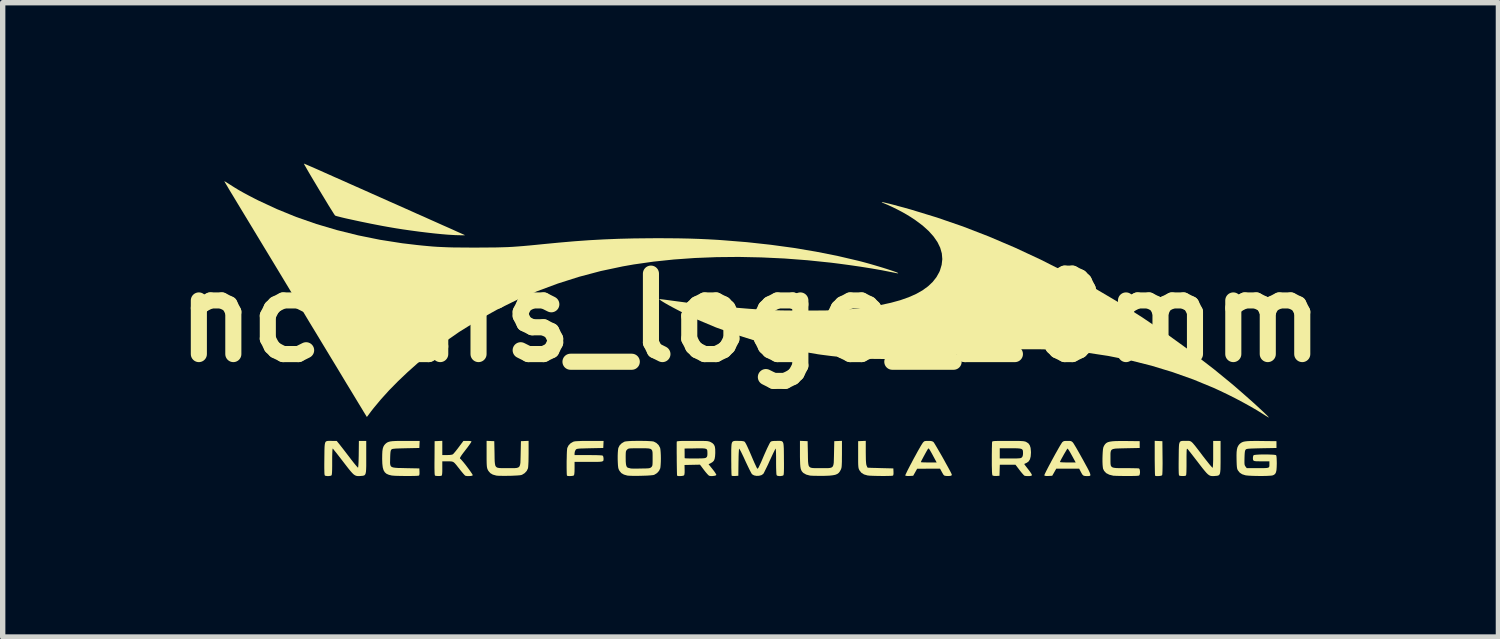
<source format=kicad_pcb>
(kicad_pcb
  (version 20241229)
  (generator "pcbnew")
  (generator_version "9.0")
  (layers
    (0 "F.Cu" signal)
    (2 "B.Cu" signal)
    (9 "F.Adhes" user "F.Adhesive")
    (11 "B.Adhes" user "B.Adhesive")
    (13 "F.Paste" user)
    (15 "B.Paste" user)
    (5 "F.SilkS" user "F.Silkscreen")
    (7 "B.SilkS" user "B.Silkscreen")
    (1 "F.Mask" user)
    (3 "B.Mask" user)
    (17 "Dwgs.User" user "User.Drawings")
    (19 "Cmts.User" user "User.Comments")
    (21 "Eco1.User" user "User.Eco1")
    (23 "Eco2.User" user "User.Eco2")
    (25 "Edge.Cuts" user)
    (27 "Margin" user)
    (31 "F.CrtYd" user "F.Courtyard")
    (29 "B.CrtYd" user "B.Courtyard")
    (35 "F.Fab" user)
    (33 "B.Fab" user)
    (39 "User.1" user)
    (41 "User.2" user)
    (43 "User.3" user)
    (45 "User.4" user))
  (footprint "nckufs_logo_20mm"
    (layer "F.Cu")
    (at 10.943 2.873)
    (property "Reference" "nckufs_logo_20mm" (at 0 0 0) (layer "F.SilkS") (effects (font (size 1.5 1.5) (thickness 0.3))))
    (attr board_only exclude_from_pos_files exclude_from_bom)
    (fp_poly (pts (xy 7.607 2.299) (xy 7.678 2.302) (xy 7.681 2.613) (xy 7.682 2.713) (xy 7.681 2.793) (xy 7.68 2.855) (xy 7.678 2.899) (xy 7.676 2.926) (xy 7.672 2.938) (xy 7.655 2.946) (xy 7.626 2.951) (xy 7.592 2.953) (xy 7.562 2.952) (xy 7.543 2.947) (xy 7.542 2.946) (xy 7.541 2.934) (xy 7.539 2.903) (xy 7.538 2.857) (xy 7.537 2.797) (xy 7.536 2.727) (xy 7.535 2.649) (xy 7.535 2.617) (xy 7.535 2.296)) (stroke (width 0) (type solid)) (fill yes) (layer "F.SilkS"))
    (fp_poly (pts (xy 2.148 2.508) (xy 2.149 2.588) (xy 2.15 2.65) (xy 2.153 2.696) (xy 2.156 2.728) (xy 2.161 2.751) (xy 2.164 2.757) (xy 2.174 2.782) (xy 2.182 2.795) (xy 2.182 2.796) (xy 2.193 2.797) (xy 2.222 2.798) (xy 2.267 2.8) (xy 2.323 2.801) (xy 2.388 2.803) (xy 2.424 2.804) (xy 2.662 2.81) (xy 2.665 2.872) (xy 2.665 2.915) (xy 2.659 2.939) (xy 2.654 2.944) (xy 2.639 2.947) (xy 2.606 2.949) (xy 2.56 2.95) (xy 2.505 2.951) (xy 2.443 2.951) (xy 2.38 2.95) (xy 2.319 2.949) (xy 2.263 2.947) (xy 2.217 2.945) (xy 2.185 2.941) (xy 2.181 2.941) (xy 2.115 2.922) (xy 2.066 2.891) (xy 2.03 2.845) (xy 2.029 2.843) (xy 2.022 2.828) (xy 2.016 2.813) (xy 2.012 2.794) (xy 2.009 2.769) (xy 2.007 2.735) (xy 2.006 2.688) (xy 2.006 2.626) (xy 2.006 2.551) (xy 2.006 2.302) (xy 2.077 2.299) (xy 2.148 2.296)) (stroke (width 0) (type solid)) (fill yes) (layer "F.SilkS"))
    (fp_poly (pts (xy -4.138 2.532) (xy -4.139 2.611) (xy -4.14 2.681) (xy -4.143 2.739) (xy -4.146 2.783) (xy -4.15 2.809) (xy -4.15 2.809) (xy -4.173 2.857) (xy -4.211 2.898) (xy -4.258 2.927) (xy -4.271 2.932) (xy -4.297 2.937) (xy -4.34 2.941) (xy -4.395 2.944) (xy -4.458 2.947) (xy -4.524 2.948) (xy -4.59 2.949) (xy -4.65 2.948) (xy -4.7 2.947) (xy -4.736 2.944) (xy -4.742 2.943) (xy -4.806 2.925) (xy -4.853 2.897) (xy -4.888 2.856) (xy -4.905 2.823) (xy -4.91 2.806) (xy -4.915 2.782) (xy -4.918 2.749) (xy -4.92 2.704) (xy -4.921 2.644) (xy -4.921 2.566) (xy -4.921 2.54) (xy -4.921 2.296) (xy -4.85 2.299) (xy -4.778 2.302) (xy -4.773 2.533) (xy -4.772 2.616) (xy -4.77 2.68) (xy -4.765 2.728) (xy -4.757 2.762) (xy -4.741 2.784) (xy -4.717 2.797) (xy -4.682 2.803) (xy -4.633 2.805) (xy -4.57 2.805) (xy -4.53 2.805) (xy -4.457 2.805) (xy -4.401 2.805) (xy -4.359 2.801) (xy -4.33 2.792) (xy -4.31 2.775) (xy -4.298 2.747) (xy -4.291 2.707) (xy -4.289 2.652) (xy -4.287 2.579) (xy -4.286 2.533) (xy -4.281 2.302) (xy -4.21 2.299) (xy -4.138 2.296)) (stroke (width 0) (type solid)) (fill yes) (layer "F.SilkS"))
    (fp_poly (pts (xy 1.704 2.542) (xy 1.703 2.623) (xy 1.703 2.685) (xy 1.701 2.732) (xy 1.699 2.767) (xy 1.696 2.793) (xy 1.691 2.812) (xy 1.685 2.828) (xy 1.684 2.831) (xy 1.665 2.866) (xy 1.644 2.893) (xy 1.616 2.914) (xy 1.579 2.929) (xy 1.532 2.938) (xy 1.469 2.945) (xy 1.39 2.948) (xy 1.349 2.949) (xy 1.284 2.949) (xy 1.221 2.948) (xy 1.167 2.947) (xy 1.126 2.945) (xy 1.106 2.943) (xy 1.038 2.925) (xy 0.986 2.896) (xy 0.97 2.88) (xy 0.955 2.862) (xy 0.944 2.84) (xy 0.935 2.814) (xy 0.929 2.778) (xy 0.925 2.732) (xy 0.923 2.672) (xy 0.921 2.595) (xy 0.921 2.537) (xy 0.921 2.296) (xy 0.992 2.299) (xy 1.064 2.302) (xy 1.069 2.533) (xy 1.07 2.616) (xy 1.072 2.68) (xy 1.077 2.728) (xy 1.085 2.762) (xy 1.101 2.784) (xy 1.125 2.797) (xy 1.16 2.803) (xy 1.209 2.805) (xy 1.272 2.805) (xy 1.312 2.805) (xy 1.385 2.805) (xy 1.441 2.805) (xy 1.483 2.801) (xy 1.512 2.792) (xy 1.532 2.775) (xy 1.544 2.747) (xy 1.551 2.707) (xy 1.553 2.652) (xy 1.555 2.579) (xy 1.556 2.533) (xy 1.561 2.302) (xy 1.632 2.299) (xy 1.704 2.296)) (stroke (width 0) (type solid)) (fill yes) (layer "F.SilkS"))
    (fp_poly (pts (xy -6.172 2.363) (xy -6.175 2.429) (xy -6.426 2.434) (xy -6.507 2.436) (xy -6.569 2.438) (xy -6.615 2.44) (xy -6.648 2.443) (xy -6.67 2.446) (xy -6.684 2.45) (xy -6.694 2.456) (xy -6.696 2.458) (xy -6.704 2.47) (xy -6.71 2.487) (xy -6.714 2.515) (xy -6.717 2.556) (xy -6.719 2.612) (xy -6.72 2.667) (xy -6.721 2.71) (xy -6.717 2.742) (xy -6.708 2.766) (xy -6.691 2.782) (xy -6.663 2.792) (xy -6.623 2.798) (xy -6.568 2.802) (xy -6.496 2.803) (xy -6.428 2.805) (xy -6.175 2.81) (xy -6.172 2.872) (xy -6.172 2.915) (xy -6.178 2.939) (xy -6.183 2.944) (xy -6.198 2.946) (xy -6.23 2.949) (xy -6.276 2.95) (xy -6.332 2.951) (xy -6.394 2.951) (xy -6.459 2.951) (xy -6.523 2.95) (xy -6.582 2.949) (xy -6.633 2.947) (xy -6.671 2.944) (xy -6.69 2.942) (xy -6.744 2.929) (xy -6.787 2.91) (xy -6.819 2.882) (xy -6.842 2.843) (xy -6.857 2.791) (xy -6.865 2.723) (xy -6.868 2.636) (xy -6.868 2.626) (xy -6.867 2.548) (xy -6.864 2.488) (xy -6.857 2.442) (xy -6.846 2.407) (xy -6.83 2.378) (xy -6.81 2.355) (xy -6.791 2.338) (xy -6.771 2.325) (xy -6.747 2.315) (xy -6.716 2.307) (xy -6.676 2.302) (xy -6.624 2.299) (xy -6.556 2.297) (xy -6.472 2.297) (xy -6.43 2.297) (xy -6.169 2.297)) (stroke (width 0) (type solid)) (fill yes) (layer "F.SilkS"))
    (fp_poly (pts (xy -2.743 2.363) (xy -2.746 2.429) (xy -2.993 2.434) (xy -3.072 2.436) (xy -3.132 2.438) (xy -3.176 2.439) (xy -3.208 2.442) (xy -3.229 2.445) (xy -3.243 2.449) (xy -3.252 2.455) (xy -3.259 2.462) (xy -3.261 2.464) (xy -3.275 2.493) (xy -3.281 2.525) (xy -3.281 2.561) (xy -3.024 2.561) (xy -2.935 2.562) (xy -2.865 2.563) (xy -2.814 2.565) (xy -2.779 2.567) (xy -2.759 2.571) (xy -2.754 2.574) (xy -2.745 2.593) (xy -2.741 2.621) (xy -2.741 2.621) (xy -2.741 2.641) (xy -2.742 2.657) (xy -2.747 2.669) (xy -2.759 2.677) (xy -2.779 2.683) (xy -2.809 2.686) (xy -2.854 2.688) (xy -2.914 2.688) (xy -2.992 2.688) (xy -3.017 2.688) (xy -3.281 2.688) (xy -3.281 2.808) (xy -3.282 2.871) (xy -3.286 2.915) (xy -3.292 2.938) (xy -3.294 2.94) (xy -3.31 2.947) (xy -3.339 2.951) (xy -3.373 2.953) (xy -3.403 2.951) (xy -3.421 2.946) (xy -3.422 2.946) (xy -3.425 2.932) (xy -3.427 2.902) (xy -3.428 2.857) (xy -3.429 2.802) (xy -3.429 2.741) (xy -3.429 2.676) (xy -3.427 2.612) (xy -3.426 2.552) (xy -3.424 2.499) (xy -3.421 2.459) (xy -3.418 2.433) (xy -3.417 2.429) (xy -3.394 2.382) (xy -3.356 2.342) (xy -3.308 2.314) (xy -3.294 2.309) (xy -3.266 2.304) (xy -3.216 2.301) (xy -3.146 2.298) (xy -3.057 2.297) (xy -2.996 2.297) (xy -2.74 2.297)) (stroke (width 0) (type solid)) (fill yes) (layer "F.SilkS"))
    (fp_poly (pts (xy 6.988 2.299) (xy 6.996 2.299) (xy 7.255 2.302) (xy 7.255 2.365) (xy 7.255 2.429) (xy 7.003 2.434) (xy 6.916 2.436) (xy 6.849 2.438) (xy 6.798 2.441) (xy 6.761 2.448) (xy 6.736 2.459) (xy 6.721 2.477) (xy 6.713 2.503) (xy 6.71 2.537) (xy 6.71 2.582) (xy 6.71 2.624) (xy 6.71 2.678) (xy 6.711 2.72) (xy 6.715 2.752) (xy 6.726 2.774) (xy 6.745 2.789) (xy 6.774 2.798) (xy 6.817 2.803) (xy 6.875 2.805) (xy 6.95 2.805) (xy 6.993 2.805) (xy 7.062 2.805) (xy 7.124 2.806) (xy 7.177 2.807) (xy 7.216 2.808) (xy 7.239 2.81) (xy 7.243 2.811) (xy 7.253 2.825) (xy 7.259 2.852) (xy 7.261 2.885) (xy 7.257 2.916) (xy 7.25 2.937) (xy 7.247 2.94) (xy 7.236 2.945) (xy 7.21 2.948) (xy 7.168 2.95) (xy 7.109 2.951) (xy 7.03 2.951) (xy 7.012 2.951) (xy 6.944 2.951) (xy 6.882 2.95) (xy 6.829 2.949) (xy 6.789 2.947) (xy 6.766 2.946) (xy 6.763 2.946) (xy 6.688 2.927) (xy 6.631 2.898) (xy 6.592 2.857) (xy 6.572 2.815) (xy 6.567 2.784) (xy 6.563 2.738) (xy 6.561 2.682) (xy 6.561 2.621) (xy 6.563 2.559) (xy 6.566 2.503) (xy 6.57 2.455) (xy 6.576 2.423) (xy 6.578 2.415) (xy 6.593 2.383) (xy 6.611 2.357) (xy 6.632 2.337) (xy 6.661 2.321) (xy 6.699 2.311) (xy 6.748 2.304) (xy 6.811 2.3) (xy 6.89 2.299)) (stroke (width 0) (type solid)) (fill yes) (layer "F.SilkS"))
    (fp_poly (pts (xy 5.948 2.297) (xy 5.974 2.301) (xy 5.991 2.31) (xy 6.008 2.325) (xy 6.01 2.327) (xy 6.022 2.344) (xy 6.042 2.377) (xy 6.07 2.423) (xy 6.103 2.481) (xy 6.14 2.546) (xy 6.18 2.618) (xy 6.196 2.646) (xy 6.241 2.729) (xy 6.278 2.796) (xy 6.305 2.848) (xy 6.323 2.887) (xy 6.333 2.915) (xy 6.336 2.933) (xy 6.332 2.945) (xy 6.32 2.95) (xy 6.303 2.952) (xy 6.279 2.953) (xy 6.274 2.953) (xy 6.234 2.951) (xy 6.207 2.944) (xy 6.187 2.926) (xy 6.168 2.894) (xy 6.159 2.877) (xy 6.127 2.815) (xy 5.913 2.815) (xy 5.699 2.815) (xy 5.662 2.881) (xy 5.624 2.947) (xy 5.553 2.951) (xy 5.511 2.951) (xy 5.486 2.947) (xy 5.477 2.94) (xy 5.48 2.927) (xy 5.493 2.899) (xy 5.513 2.858) (xy 5.539 2.807) (xy 5.57 2.748) (xy 5.601 2.691) (xy 5.768 2.691) (xy 5.778 2.694) (xy 5.805 2.696) (xy 5.846 2.698) (xy 5.897 2.699) (xy 5.915 2.699) (xy 6.062 2.699) (xy 5.991 2.569) (xy 5.965 2.522) (xy 5.942 2.483) (xy 5.923 2.455) (xy 5.912 2.441) (xy 5.91 2.44) (xy 5.902 2.449) (xy 5.887 2.473) (xy 5.867 2.507) (xy 5.843 2.547) (xy 5.82 2.589) (xy 5.798 2.628) (xy 5.781 2.661) (xy 5.77 2.684) (xy 5.768 2.691) (xy 5.601 2.691) (xy 5.604 2.684) (xy 5.64 2.618) (xy 5.676 2.552) (xy 5.711 2.49) (xy 5.743 2.433) (xy 5.771 2.385) (xy 5.793 2.349) (xy 5.808 2.326) (xy 5.812 2.321) (xy 5.828 2.308) (xy 5.847 2.3) (xy 5.876 2.297) (xy 5.908 2.297)) (stroke (width 0) (type solid)) (fill yes) (layer "F.SilkS"))
    (fp_poly (pts (xy -8.317 -2.869) (xy -8.29 -2.858) (xy -8.246 -2.839) (xy -8.188 -2.814) (xy -8.117 -2.783) (xy -8.035 -2.747) (xy -7.944 -2.706) (xy -7.845 -2.662) (xy -7.74 -2.615) (xy -7.721 -2.607) (xy -7.615 -2.56) (xy -7.492 -2.505) (xy -7.357 -2.445) (xy -7.21 -2.38) (xy -7.056 -2.311) (xy -6.896 -2.24) (xy -6.735 -2.168) (xy -6.574 -2.097) (xy -6.417 -2.027) (xy -6.267 -1.96) (xy -6.223 -1.94) (xy -6.093 -1.883) (xy -5.969 -1.827) (xy -5.852 -1.775) (xy -5.743 -1.726) (xy -5.643 -1.682) (xy -5.555 -1.643) (xy -5.479 -1.608) (xy -5.416 -1.58) (xy -5.369 -1.559) (xy -5.338 -1.545) (xy -5.325 -1.539) (xy -5.324 -1.539) (xy -5.332 -1.537) (xy -5.358 -1.536) (xy -5.398 -1.537) (xy -5.45 -1.538) (xy -5.511 -1.54) (xy -5.546 -1.542) (xy -5.647 -1.548) (xy -5.764 -1.558) (xy -5.896 -1.571) (xy -6.036 -1.587) (xy -6.183 -1.605) (xy -6.331 -1.625) (xy -6.478 -1.646) (xy -6.619 -1.668) (xy -6.683 -1.679) (xy -6.77 -1.694) (xy -6.864 -1.711) (xy -6.963 -1.73) (xy -7.066 -1.75) (xy -7.169 -1.771) (xy -7.271 -1.792) (xy -7.369 -1.813) (xy -7.46 -1.833) (xy -7.543 -1.851) (xy -7.615 -1.868) (xy -7.674 -1.883) (xy -7.717 -1.894) (xy -7.742 -1.903) (xy -7.745 -1.904) (xy -7.753 -1.914) (xy -7.771 -1.941) (xy -7.796 -1.981) (xy -7.829 -2.033) (xy -7.867 -2.094) (xy -7.909 -2.164) (xy -7.955 -2.24) (xy -8.003 -2.319) (xy -8.052 -2.4) (xy -8.1 -2.481) (xy -8.147 -2.559) (xy -8.191 -2.633) (xy -8.231 -2.701) (xy -8.265 -2.76) (xy -8.293 -2.809) (xy -8.314 -2.845) (xy -8.325 -2.867) (xy -8.327 -2.873)) (stroke (width 0) (type solid)) (fill yes) (layer "F.SilkS"))
    (fp_poly (pts (xy -5.747 2.428) (xy -5.747 2.561) (xy -5.659 2.561) (xy -5.603 2.559) (xy -5.565 2.553) (xy -5.549 2.546) (xy -5.535 2.532) (xy -5.511 2.504) (xy -5.481 2.467) (xy -5.448 2.424) (xy -5.44 2.413) (xy -5.353 2.297) (xy -5.281 2.297) (xy -5.244 2.298) (xy -5.216 2.301) (xy -5.203 2.306) (xy -5.203 2.306) (xy -5.207 2.317) (xy -5.222 2.341) (xy -5.247 2.377) (xy -5.279 2.421) (xy -5.314 2.466) (xy -5.357 2.522) (xy -5.388 2.564) (xy -5.407 2.594) (xy -5.417 2.613) (xy -5.418 2.623) (xy -5.416 2.626) (xy -5.401 2.639) (xy -5.378 2.665) (xy -5.348 2.7) (xy -5.315 2.741) (xy -5.281 2.786) (xy -5.248 2.83) (xy -5.219 2.871) (xy -5.196 2.905) (xy -5.182 2.928) (xy -5.179 2.937) (xy -5.192 2.946) (xy -5.219 2.951) (xy -5.254 2.953) (xy -5.288 2.952) (xy -5.316 2.947) (xy -5.318 2.946) (xy -5.33 2.936) (xy -5.352 2.912) (xy -5.381 2.878) (xy -5.414 2.837) (xy -5.42 2.829) (xy -5.462 2.776) (xy -5.493 2.737) (xy -5.518 2.709) (xy -5.539 2.692) (xy -5.561 2.683) (xy -5.585 2.679) (xy -5.617 2.678) (xy -5.648 2.678) (xy -5.747 2.678) (xy -5.747 2.809) (xy -5.747 2.865) (xy -5.749 2.903) (xy -5.752 2.927) (xy -5.756 2.941) (xy -5.763 2.946) (xy -5.788 2.951) (xy -5.822 2.952) (xy -5.855 2.95) (xy -5.879 2.946) (xy -5.882 2.944) (xy -5.886 2.937) (xy -5.889 2.92) (xy -5.891 2.891) (xy -5.892 2.849) (xy -5.893 2.791) (xy -5.893 2.716) (xy -5.892 2.621) (xy -5.892 2.619) (xy -5.89 2.302) (xy -5.818 2.299) (xy -5.747 2.296)) (stroke (width 0) (type solid)) (fill yes) (layer "F.SilkS"))
    (fp_poly (pts (xy 3.355 2.298) (xy 3.382 2.303) (xy 3.402 2.312) (xy 3.412 2.32) (xy 3.422 2.334) (xy 3.44 2.363) (xy 3.465 2.405) (xy 3.496 2.458) (xy 3.531 2.518) (xy 3.568 2.582) (xy 3.605 2.648) (xy 3.641 2.714) (xy 3.675 2.775) (xy 3.705 2.83) (xy 3.729 2.875) (xy 3.745 2.908) (xy 3.752 2.923) (xy 3.75 2.939) (xy 3.727 2.949) (xy 3.685 2.952) (xy 3.657 2.951) (xy 3.63 2.948) (xy 3.612 2.943) (xy 3.597 2.929) (xy 3.582 2.904) (xy 3.569 2.881) (xy 3.533 2.815) (xy 3.32 2.815) (xy 3.106 2.816) (xy 3.069 2.882) (xy 3.032 2.947) (xy 2.962 2.951) (xy 2.922 2.951) (xy 2.894 2.947) (xy 2.884 2.942) (xy 2.887 2.931) (xy 2.9 2.904) (xy 2.919 2.863) (xy 2.945 2.812) (xy 2.975 2.754) (xy 3.008 2.693) (xy 3.175 2.693) (xy 3.185 2.695) (xy 3.212 2.697) (xy 3.253 2.698) (xy 3.304 2.699) (xy 3.322 2.699) (xy 3.47 2.699) (xy 3.411 2.59) (xy 3.38 2.532) (xy 3.356 2.49) (xy 3.34 2.462) (xy 3.328 2.446) (xy 3.32 2.439) (xy 3.314 2.438) (xy 3.313 2.439) (xy 3.305 2.45) (xy 3.29 2.475) (xy 3.27 2.51) (xy 3.247 2.552) (xy 3.224 2.594) (xy 3.203 2.634) (xy 3.186 2.666) (xy 3.177 2.687) (xy 3.175 2.693) (xy 3.008 2.693) (xy 3.009 2.69) (xy 3.044 2.624) (xy 3.08 2.559) (xy 3.114 2.496) (xy 3.146 2.44) (xy 3.174 2.391) (xy 3.197 2.354) (xy 3.212 2.331) (xy 3.215 2.327) (xy 3.231 2.311) (xy 3.247 2.301) (xy 3.271 2.298) (xy 3.309 2.297) (xy 3.313 2.297)) (stroke (width 0) (type solid)) (fill yes) (layer "F.SilkS"))
    (fp_poly (pts (xy -7.827 2.296) (xy -7.809 2.297) (xy -7.716 2.297) (xy -7.679 2.342) (xy -7.662 2.363) (xy -7.635 2.398) (xy -7.599 2.444) (xy -7.558 2.497) (xy -7.513 2.556) (xy -7.485 2.592) (xy -7.442 2.649) (xy -7.402 2.7) (xy -7.368 2.742) (xy -7.341 2.773) (xy -7.324 2.792) (xy -7.318 2.796) (xy -7.315 2.785) (xy -7.312 2.754) (xy -7.309 2.706) (xy -7.307 2.641) (xy -7.305 2.561) (xy -7.305 2.545) (xy -7.302 2.297) (xy -7.234 2.297) (xy -7.165 2.297) (xy -7.165 2.597) (xy -7.165 2.692) (xy -7.165 2.767) (xy -7.167 2.826) (xy -7.17 2.87) (xy -7.176 2.902) (xy -7.185 2.923) (xy -7.197 2.937) (xy -7.214 2.944) (xy -7.236 2.948) (xy -7.263 2.95) (xy -7.268 2.951) (xy -7.3 2.953) (xy -7.328 2.952) (xy -7.352 2.948) (xy -7.375 2.938) (xy -7.399 2.922) (xy -7.426 2.896) (xy -7.458 2.86) (xy -7.498 2.811) (xy -7.546 2.749) (xy -7.593 2.688) (xy -7.641 2.626) (xy -7.685 2.569) (xy -7.723 2.52) (xy -7.755 2.481) (xy -7.777 2.453) (xy -7.788 2.44) (xy -7.789 2.439) (xy -7.793 2.447) (xy -7.796 2.476) (xy -7.798 2.526) (xy -7.8 2.596) (xy -7.8 2.68) (xy -7.8 2.767) (xy -7.801 2.835) (xy -7.803 2.885) (xy -7.806 2.918) (xy -7.81 2.936) (xy -7.813 2.94) (xy -7.831 2.948) (xy -7.862 2.952) (xy -7.896 2.952) (xy -7.924 2.948) (xy -7.935 2.944) (xy -7.939 2.937) (xy -7.943 2.921) (xy -7.945 2.894) (xy -7.946 2.853) (xy -7.947 2.798) (xy -7.947 2.725) (xy -7.946 2.634) (xy -7.946 2.631) (xy -7.945 2.538) (xy -7.944 2.464) (xy -7.942 2.407) (xy -7.938 2.364) (xy -7.932 2.334) (xy -7.922 2.314) (xy -7.907 2.303) (xy -7.887 2.298) (xy -7.86 2.296)) (stroke (width 0) (type solid)) (fill yes) (layer "F.SilkS"))
    (fp_poly (pts (xy 4.891 2.297) (xy 4.96 2.297) (xy 5.013 2.298) (xy 5.053 2.3) (xy 5.083 2.302) (xy 5.106 2.306) (xy 5.123 2.31) (xy 5.138 2.316) (xy 5.141 2.318) (xy 5.179 2.342) (xy 5.205 2.378) (xy 5.221 2.427) (xy 5.227 2.492) (xy 5.228 2.514) (xy 5.223 2.585) (xy 5.209 2.64) (xy 5.185 2.679) (xy 5.15 2.705) (xy 5.147 2.706) (xy 5.121 2.718) (xy 5.105 2.726) (xy 5.103 2.727) (xy 5.107 2.736) (xy 5.123 2.758) (xy 5.147 2.789) (xy 5.175 2.825) (xy 5.209 2.87) (xy 5.233 2.906) (xy 5.245 2.929) (xy 5.245 2.937) (xy 5.234 2.947) (xy 5.206 2.952) (xy 5.182 2.953) (xy 5.146 2.952) (xy 5.118 2.949) (xy 5.107 2.946) (xy 5.095 2.936) (xy 5.073 2.912) (xy 5.044 2.878) (xy 5.015 2.841) (xy 4.939 2.741) (xy 4.793 2.741) (xy 4.647 2.741) (xy 4.644 2.844) (xy 4.641 2.947) (xy 4.583 2.951) (xy 4.542 2.95) (xy 4.516 2.944) (xy 4.511 2.941) (xy 4.507 2.931) (xy 4.504 2.909) (xy 4.501 2.874) (xy 4.5 2.824) (xy 4.498 2.757) (xy 4.498 2.672) (xy 4.498 2.629) (xy 4.498 2.551) (xy 4.499 2.479) (xy 4.499 2.434) (xy 4.646 2.434) (xy 4.646 2.529) (xy 4.646 2.625) (xy 4.842 2.625) (xy 4.911 2.625) (xy 4.963 2.624) (xy 4.999 2.622) (xy 5.024 2.62) (xy 5.04 2.616) (xy 5.051 2.61) (xy 5.059 2.603) (xy 5.073 2.582) (xy 5.079 2.549) (xy 5.08 2.528) (xy 5.079 2.497) (xy 5.076 2.474) (xy 5.067 2.458) (xy 5.051 2.447) (xy 5.024 2.44) (xy 4.983 2.436) (xy 4.927 2.434) (xy 4.852 2.434) (xy 4.846 2.434) (xy 4.646 2.434) (xy 4.499 2.434) (xy 4.5 2.417) (xy 4.501 2.366) (xy 4.502 2.331) (xy 4.504 2.314) (xy 4.504 2.313) (xy 4.508 2.308) (xy 4.518 2.304) (xy 4.534 2.301) (xy 4.561 2.299) (xy 4.6 2.298) (xy 4.653 2.297) (xy 4.723 2.297) (xy 4.803 2.297)) (stroke (width 0) (type solid)) (fill yes) (layer "F.SilkS"))
    (fp_poly (pts (xy 8.184 2.298) (xy 8.202 2.304) (xy 8.219 2.314) (xy 8.239 2.332) (xy 8.262 2.358) (xy 8.292 2.394) (xy 8.329 2.442) (xy 8.376 2.503) (xy 8.434 2.58) (xy 8.434 2.58) (xy 8.48 2.639) (xy 8.522 2.692) (xy 8.558 2.737) (xy 8.587 2.771) (xy 8.607 2.792) (xy 8.616 2.799) (xy 8.616 2.799) (xy 8.618 2.787) (xy 8.621 2.756) (xy 8.623 2.71) (xy 8.625 2.651) (xy 8.625 2.581) (xy 8.625 2.545) (xy 8.625 2.297) (xy 8.694 2.297) (xy 8.763 2.297) (xy 8.763 2.597) (xy 8.763 2.692) (xy 8.762 2.767) (xy 8.761 2.826) (xy 8.757 2.87) (xy 8.752 2.902) (xy 8.743 2.923) (xy 8.73 2.937) (xy 8.714 2.944) (xy 8.692 2.948) (xy 8.665 2.95) (xy 8.66 2.951) (xy 8.627 2.953) (xy 8.599 2.952) (xy 8.575 2.948) (xy 8.552 2.938) (xy 8.528 2.921) (xy 8.5 2.894) (xy 8.468 2.857) (xy 8.428 2.808) (xy 8.379 2.745) (xy 8.34 2.694) (xy 8.292 2.632) (xy 8.248 2.575) (xy 8.21 2.526) (xy 8.178 2.486) (xy 8.156 2.458) (xy 8.144 2.445) (xy 8.144 2.445) (xy 8.139 2.443) (xy 8.135 2.447) (xy 8.132 2.461) (xy 8.13 2.486) (xy 8.129 2.525) (xy 8.128 2.579) (xy 8.128 2.651) (xy 8.128 2.686) (xy 8.128 2.767) (xy 8.127 2.829) (xy 8.126 2.875) (xy 8.124 2.907) (xy 8.122 2.928) (xy 8.118 2.94) (xy 8.113 2.945) (xy 8.111 2.946) (xy 8.086 2.951) (xy 8.053 2.952) (xy 8.019 2.95) (xy 7.996 2.945) (xy 7.993 2.944) (xy 7.988 2.937) (xy 7.985 2.921) (xy 7.983 2.894) (xy 7.982 2.853) (xy 7.981 2.798) (xy 7.981 2.725) (xy 7.982 2.634) (xy 7.982 2.631) (xy 7.983 2.538) (xy 7.984 2.464) (xy 7.986 2.407) (xy 7.989 2.364) (xy 7.996 2.334) (xy 8.006 2.314) (xy 8.021 2.303) (xy 8.041 2.298) (xy 8.067 2.296) (xy 8.1 2.296) (xy 8.117 2.297) (xy 8.144 2.296) (xy 8.166 2.296)) (stroke (width 0) (type solid)) (fill yes) (layer "F.SilkS"))
    (fp_poly (pts (xy -0.995 2.297) (xy -0.927 2.297) (xy -0.874 2.298) (xy -0.834 2.299) (xy -0.805 2.301) (xy -0.784 2.305) (xy -0.767 2.309) (xy -0.753 2.315) (xy -0.741 2.32) (xy -0.706 2.342) (xy -0.681 2.369) (xy -0.666 2.403) (xy -0.659 2.45) (xy -0.658 2.512) (xy -0.658 2.526) (xy -0.662 2.588) (xy -0.67 2.633) (xy -0.684 2.666) (xy -0.707 2.69) (xy -0.739 2.71) (xy -0.744 2.713) (xy -0.783 2.732) (xy -0.709 2.824) (xy -0.679 2.862) (xy -0.656 2.896) (xy -0.641 2.921) (xy -0.638 2.932) (xy -0.649 2.941) (xy -0.675 2.948) (xy -0.709 2.952) (xy -0.744 2.952) (xy -0.768 2.948) (xy -0.784 2.938) (xy -0.808 2.913) (xy -0.839 2.877) (xy -0.867 2.841) (xy -0.943 2.74) (xy -1.087 2.743) (xy -1.231 2.746) (xy -1.229 2.834) (xy -1.229 2.886) (xy -1.233 2.922) (xy -1.239 2.938) (xy -1.255 2.946) (xy -1.284 2.951) (xy -1.317 2.953) (xy -1.347 2.952) (xy -1.367 2.946) (xy -1.37 2.944) (xy -1.371 2.932) (xy -1.372 2.902) (xy -1.373 2.858) (xy -1.374 2.801) (xy -1.375 2.736) (xy -1.376 2.666) (xy -1.376 2.593) (xy -1.377 2.522) (xy -1.377 2.454) (xy -1.377 2.439) (xy -1.23 2.439) (xy -1.229 2.527) (xy -1.229 2.568) (xy -1.229 2.6) (xy -1.228 2.618) (xy -1.228 2.619) (xy -1.218 2.621) (xy -1.19 2.623) (xy -1.148 2.624) (xy -1.094 2.624) (xy -1.04 2.625) (xy -0.969 2.624) (xy -0.916 2.623) (xy -0.878 2.621) (xy -0.853 2.618) (xy -0.836 2.613) (xy -0.828 2.608) (xy -0.814 2.595) (xy -0.807 2.576) (xy -0.804 2.544) (xy -0.804 2.531) (xy -0.805 2.499) (xy -0.807 2.474) (xy -0.814 2.457) (xy -0.829 2.446) (xy -0.854 2.439) (xy -0.892 2.436) (xy -0.945 2.436) (xy -1.016 2.436) (xy -1.03 2.437) (xy -1.23 2.439) (xy -1.377 2.439) (xy -1.377 2.393) (xy -1.377 2.343) (xy -1.376 2.31) (xy -1.371 2.306) (xy -1.356 2.303) (xy -1.329 2.3) (xy -1.287 2.298) (xy -1.229 2.297) (xy -1.154 2.297) (xy -1.082 2.297)) (stroke (width 0) (type solid)) (fill yes) (layer "F.SilkS"))
    (fp_poly (pts (xy 9.475 2.298) (xy 9.536 2.299) (xy 9.805 2.302) (xy 9.805 2.365) (xy 9.805 2.429) (xy 9.528 2.434) (xy 9.443 2.436) (xy 9.377 2.438) (xy 9.327 2.44) (xy 9.291 2.442) (xy 9.265 2.445) (xy 9.248 2.449) (xy 9.238 2.453) (xy 9.232 2.458) (xy 9.224 2.47) (xy 9.218 2.487) (xy 9.214 2.515) (xy 9.211 2.556) (xy 9.209 2.612) (xy 9.208 2.668) (xy 9.208 2.708) (xy 9.21 2.735) (xy 9.215 2.753) (xy 9.222 2.767) (xy 9.229 2.776) (xy 9.251 2.805) (xy 9.456 2.805) (xy 9.529 2.805) (xy 9.583 2.804) (xy 9.622 2.802) (xy 9.648 2.797) (xy 9.663 2.789) (xy 9.671 2.776) (xy 9.673 2.757) (xy 9.673 2.732) (xy 9.673 2.724) (xy 9.673 2.678) (xy 9.526 2.678) (xy 9.465 2.677) (xy 9.422 2.676) (xy 9.393 2.672) (xy 9.377 2.664) (xy 9.369 2.651) (xy 9.366 2.631) (xy 9.366 2.61) (xy 9.37 2.582) (xy 9.379 2.563) (xy 9.379 2.563) (xy 9.394 2.559) (xy 9.426 2.555) (xy 9.471 2.552) (xy 9.525 2.55) (xy 9.583 2.55) (xy 9.642 2.55) (xy 9.696 2.552) (xy 9.743 2.554) (xy 9.778 2.558) (xy 9.797 2.562) (xy 9.798 2.563) (xy 9.804 2.58) (xy 9.808 2.617) (xy 9.81 2.674) (xy 9.811 2.714) (xy 9.809 2.787) (xy 9.805 2.842) (xy 9.796 2.882) (xy 9.782 2.909) (xy 9.761 2.928) (xy 9.737 2.939) (xy 9.711 2.944) (xy 9.669 2.947) (xy 9.613 2.95) (xy 9.55 2.951) (xy 9.481 2.951) (xy 9.413 2.95) (xy 9.348 2.948) (xy 9.291 2.945) (xy 9.247 2.941) (xy 9.226 2.938) (xy 9.166 2.919) (xy 9.121 2.89) (xy 9.087 2.848) (xy 9.086 2.846) (xy 9.077 2.829) (xy 9.071 2.809) (xy 9.067 2.781) (xy 9.064 2.743) (xy 9.062 2.689) (xy 9.061 2.647) (xy 9.06 2.566) (xy 9.062 2.503) (xy 9.068 2.454) (xy 9.078 2.416) (xy 9.093 2.386) (xy 9.113 2.36) (xy 9.119 2.354) (xy 9.138 2.338) (xy 9.159 2.325) (xy 9.185 2.314) (xy 9.218 2.307) (xy 9.261 2.302) (xy 9.317 2.299) (xy 9.387 2.298)) (stroke (width 0) (type solid)) (fill yes) (layer "F.SilkS"))
    (fp_poly (pts (xy -2.009 2.297) (xy -1.942 2.298) (xy -1.884 2.301) (xy -1.838 2.304) (xy -1.809 2.309) (xy -1.806 2.309) (xy -1.756 2.335) (xy -1.714 2.375) (xy -1.687 2.425) (xy -1.685 2.431) (xy -1.68 2.461) (xy -1.676 2.507) (xy -1.673 2.564) (xy -1.672 2.625) (xy -1.673 2.686) (xy -1.676 2.741) (xy -1.68 2.786) (xy -1.684 2.809) (xy -1.707 2.857) (xy -1.745 2.898) (xy -1.792 2.927) (xy -1.805 2.932) (xy -1.831 2.936) (xy -1.873 2.94) (xy -1.928 2.944) (xy -1.992 2.946) (xy -2.059 2.948) (xy -2.126 2.949) (xy -2.188 2.949) (xy -2.242 2.947) (xy -2.282 2.945) (xy -2.298 2.943) (xy -2.361 2.925) (xy -2.409 2.897) (xy -2.443 2.856) (xy -2.46 2.823) (xy -2.467 2.796) (xy -2.472 2.753) (xy -2.475 2.698) (xy -2.477 2.638) (xy -2.477 2.613) (xy -2.328 2.613) (xy -2.327 2.681) (xy -2.323 2.73) (xy -2.315 2.765) (xy -2.303 2.786) (xy -2.286 2.798) (xy -2.276 2.8) (xy -2.252 2.806) (xy -2.238 2.81) (xy -2.225 2.812) (xy -2.194 2.813) (xy -2.149 2.813) (xy -2.094 2.813) (xy -2.051 2.812) (xy -1.985 2.811) (xy -1.938 2.81) (xy -1.905 2.808) (xy -1.882 2.804) (xy -1.868 2.799) (xy -1.857 2.792) (xy -1.85 2.786) (xy -1.84 2.775) (xy -1.833 2.762) (xy -1.829 2.744) (xy -1.827 2.716) (xy -1.826 2.675) (xy -1.826 2.618) (xy -1.826 2.56) (xy -1.827 2.516) (xy -1.832 2.483) (xy -1.844 2.461) (xy -1.864 2.446) (xy -1.897 2.438) (xy -1.943 2.435) (xy -2.005 2.434) (xy -2.076 2.434) (xy -2.146 2.434) (xy -2.198 2.435) (xy -2.234 2.436) (xy -2.26 2.438) (xy -2.277 2.442) (xy -2.288 2.448) (xy -2.298 2.456) (xy -2.302 2.46) (xy -2.313 2.472) (xy -2.321 2.486) (xy -2.325 2.504) (xy -2.327 2.533) (xy -2.328 2.575) (xy -2.328 2.613) (xy -2.477 2.613) (xy -2.477 2.576) (xy -2.475 2.518) (xy -2.471 2.468) (xy -2.466 2.433) (xy -2.465 2.429) (xy -2.442 2.382) (xy -2.403 2.342) (xy -2.356 2.314) (xy -2.342 2.309) (xy -2.315 2.305) (xy -2.271 2.301) (xy -2.214 2.298) (xy -2.149 2.297) (xy -2.079 2.296)) (stroke (width 0) (type solid)) (fill yes) (layer "F.SilkS"))
    (fp_poly (pts (xy 0.553 2.297) (xy 0.576 2.3) (xy 0.593 2.309) (xy 0.605 2.325) (xy 0.613 2.35) (xy 0.617 2.388) (xy 0.62 2.439) (xy 0.621 2.506) (xy 0.622 2.591) (xy 0.622 2.625) (xy 0.623 2.721) (xy 0.623 2.798) (xy 0.622 2.857) (xy 0.62 2.899) (xy 0.617 2.925) (xy 0.613 2.938) (xy 0.613 2.938) (xy 0.594 2.947) (xy 0.564 2.952) (xy 0.53 2.952) (xy 0.501 2.947) (xy 0.489 2.94) (xy 0.484 2.928) (xy 0.481 2.903) (xy 0.479 2.861) (xy 0.477 2.802) (xy 0.476 2.724) (xy 0.476 2.679) (xy 0.476 2.596) (xy 0.475 2.53) (xy 0.473 2.481) (xy 0.47 2.451) (xy 0.467 2.44) (xy 0.466 2.44) (xy 0.459 2.452) (xy 0.445 2.481) (xy 0.424 2.523) (xy 0.399 2.576) (xy 0.371 2.637) (xy 0.355 2.671) (xy 0.326 2.736) (xy 0.298 2.794) (xy 0.273 2.844) (xy 0.254 2.883) (xy 0.241 2.906) (xy 0.237 2.912) (xy 0.204 2.935) (xy 0.159 2.947) (xy 0.11 2.949) (xy 0.065 2.94) (xy 0.029 2.919) (xy 0.027 2.918) (xy 0.017 2.902) (xy -0.001 2.869) (xy -0.024 2.824) (xy -0.051 2.768) (xy -0.081 2.705) (xy -0.1 2.664) (xy -0.129 2.6) (xy -0.156 2.544) (xy -0.179 2.497) (xy -0.198 2.463) (xy -0.209 2.445) (xy -0.213 2.442) (xy -0.216 2.455) (xy -0.218 2.485) (xy -0.221 2.531) (xy -0.223 2.589) (xy -0.224 2.656) (xy -0.225 2.699) (xy -0.228 2.947) (xy -0.286 2.951) (xy -0.32 2.951) (xy -0.344 2.949) (xy -0.352 2.946) (xy -0.354 2.934) (xy -0.356 2.903) (xy -0.357 2.857) (xy -0.359 2.798) (xy -0.359 2.729) (xy -0.36 2.652) (xy -0.36 2.635) (xy -0.36 2.541) (xy -0.36 2.467) (xy -0.358 2.409) (xy -0.355 2.366) (xy -0.349 2.335) (xy -0.339 2.315) (xy -0.324 2.304) (xy -0.304 2.298) (xy -0.278 2.296) (xy -0.245 2.296) (xy -0.226 2.297) (xy -0.172 2.298) (xy -0.134 2.303) (xy -0.114 2.31) (xy -0.106 2.318) (xy -0.096 2.333) (xy -0.083 2.356) (xy -0.066 2.39) (xy -0.045 2.436) (xy -0.018 2.496) (xy 0.015 2.573) (xy 0.047 2.648) (xy 0.071 2.703) (xy 0.093 2.75) (xy 0.11 2.787) (xy 0.122 2.809) (xy 0.127 2.815) (xy 0.133 2.813) (xy 0.14 2.807) (xy 0.149 2.794) (xy 0.16 2.771) (xy 0.176 2.737) (xy 0.198 2.69) (xy 0.225 2.627) (xy 0.253 2.561) (xy 0.282 2.496) (xy 0.309 2.436) (xy 0.334 2.385) (xy 0.354 2.345) (xy 0.368 2.321) (xy 0.373 2.315) (xy 0.389 2.305) (xy 0.413 2.3) (xy 0.449 2.297) (xy 0.486 2.297) (xy 0.523 2.296)) (stroke (width 0) (type solid)) (fill yes) (layer "F.SilkS"))
    (fp_poly (pts (xy -9.803 -2.541) (xy -9.78 -2.529) (xy -9.747 -2.508) (xy -9.708 -2.483) (xy -9.623 -2.429) (xy -9.539 -2.378) (xy -9.45 -2.328) (xy -9.353 -2.276) (xy -9.243 -2.219) (xy -9.176 -2.185) (xy -8.829 -2.024) (xy -8.469 -1.877) (xy -8.095 -1.747) (xy -7.71 -1.633) (xy -7.315 -1.535) (xy -6.91 -1.453) (xy -6.496 -1.388) (xy -6.218 -1.355) (xy -6.112 -1.344) (xy -6.015 -1.335) (xy -5.924 -1.327) (xy -5.836 -1.321) (xy -5.747 -1.317) (xy -5.654 -1.313) (xy -5.555 -1.31) (xy -5.445 -1.309) (xy -5.322 -1.308) (xy -5.182 -1.307) (xy -5.122 -1.307) (xy -4.977 -1.308) (xy -4.849 -1.309) (xy -4.735 -1.31) (xy -4.63 -1.313) (xy -4.532 -1.316) (xy -4.436 -1.321) (xy -4.339 -1.328) (xy -4.237 -1.336) (xy -4.125 -1.346) (xy -4.001 -1.358) (xy -3.873 -1.371) (xy -3.57 -1.4) (xy -3.282 -1.425) (xy -3.004 -1.445) (xy -2.73 -1.46) (xy -2.456 -1.471) (xy -2.175 -1.478) (xy -1.883 -1.481) (xy -1.739 -1.482) (xy -1.524 -1.481) (xy -1.326 -1.479) (xy -1.14 -1.475) (xy -0.962 -1.469) (xy -0.786 -1.461) (xy -0.609 -1.451) (xy -0.513 -1.444) (xy -0.066 -1.408) (xy 0.373 -1.36) (xy 0.8 -1.302) (xy 1.216 -1.232) (xy 1.616 -1.153) (xy 2 -1.063) (xy 2.064 -1.047) (xy 2.138 -1.027) (xy 2.218 -1.005) (xy 2.301 -0.981) (xy 2.385 -0.956) (xy 2.465 -0.932) (xy 2.541 -0.908) (xy 2.608 -0.886) (xy 2.665 -0.867) (xy 2.709 -0.851) (xy 2.737 -0.84) (xy 2.746 -0.835) (xy 2.751 -0.83) (xy 2.752 -0.827) (xy 2.746 -0.827) (xy 2.729 -0.829) (xy 2.7 -0.835) (xy 2.655 -0.844) (xy 2.619 -0.851) (xy 2.446 -0.885) (xy 2.257 -0.918) (xy 2.056 -0.95) (xy 1.849 -0.98) (xy 1.641 -1.008) (xy 1.498 -1.026) (xy 1.062 -1.071) (xy 0.63 -1.104) (xy 0.202 -1.124) (xy -0.22 -1.133) (xy -0.634 -1.129) (xy -1.038 -1.113) (xy -1.431 -1.085) (xy -1.811 -1.045) (xy -2.176 -0.993) (xy -2.381 -0.957) (xy -2.792 -0.87) (xy -3.195 -0.763) (xy -3.592 -0.637) (xy -3.98 -0.493) (xy -4.359 -0.33) (xy -4.728 -0.149) (xy -5.086 0.05) (xy -5.433 0.266) (xy -5.768 0.499) (xy -5.821 0.538) (xy -6.018 0.691) (xy -6.21 0.851) (xy -6.396 1.017) (xy -6.573 1.185) (xy -6.739 1.354) (xy -6.89 1.521) (xy -7.026 1.684) (xy -7.076 1.748) (xy -7.153 1.851) (xy -7.187 1.796) (xy -7.198 1.778) (xy -7.219 1.744) (xy -7.25 1.692) (xy -7.291 1.625) (xy -7.34 1.544) (xy -7.398 1.448) (xy -7.464 1.339) (xy -7.538 1.218) (xy -7.618 1.085) (xy -7.704 0.942) (xy -7.797 0.789) (xy -7.895 0.627) (xy -7.998 0.457) (xy -8.105 0.28) (xy -8.217 0.096) (xy -8.331 -0.094) (xy -8.449 -0.288) (xy -8.569 -0.486) (xy -8.691 -0.688) (xy -8.814 -0.892) (xy -8.938 -1.097) (xy -9.063 -1.303) (xy -9.187 -1.508) (xy -9.311 -1.713) (xy -9.434 -1.916) (xy -9.555 -2.116) (xy -9.643 -2.262) (xy -9.685 -2.331) (xy -9.723 -2.394) (xy -9.755 -2.449) (xy -9.782 -2.494) (xy -9.8 -2.525) (xy -9.81 -2.542) (xy -9.811 -2.545)) (stroke (width 0) (type solid)) (fill yes) (layer "F.SilkS"))
    (fp_poly (pts (xy 2.46 -2.154) (xy 2.49 -2.148) (xy 2.537 -2.137) (xy 2.599 -2.122) (xy 2.673 -2.103) (xy 2.757 -2.08) (xy 2.851 -2.055) (xy 2.951 -2.027) (xy 2.99 -2.016) (xy 3.474 -1.868) (xy 3.959 -1.701) (xy 4.445 -1.513) (xy 4.93 -1.306) (xy 5.413 -1.081) (xy 5.893 -0.838) (xy 6.369 -0.577) (xy 6.839 -0.3) (xy 7.303 -0.006) (xy 7.759 0.303) (xy 8.206 0.626) (xy 8.644 0.964) (xy 8.959 1.222) (xy 9.022 1.275) (xy 9.09 1.334) (xy 9.161 1.396) (xy 9.233 1.459) (xy 9.305 1.523) (xy 9.375 1.585) (xy 9.441 1.645) (xy 9.501 1.701) (xy 9.554 1.75) (xy 9.599 1.793) (xy 9.633 1.826) (xy 9.655 1.85) (xy 9.663 1.861) (xy 9.663 1.862) (xy 9.652 1.857) (xy 9.628 1.842) (xy 9.593 1.821) (xy 9.557 1.798) (xy 9.448 1.73) (xy 9.323 1.657) (xy 9.187 1.582) (xy 9.044 1.506) (xy 8.899 1.433) (xy 8.755 1.364) (xy 8.631 1.307) (xy 8.255 1.152) (xy 7.869 1.015) (xy 7.475 0.895) (xy 7.074 0.794) (xy 6.67 0.713) (xy 6.263 0.651) (xy 6.138 0.636) (xy 6.002 0.622) (xy 5.875 0.61) (xy 5.753 0.601) (xy 5.629 0.595) (xy 5.499 0.591) (xy 5.359 0.588) (xy 5.202 0.588) (xy 5.202 0.588) (xy 5.032 0.589) (xy 4.875 0.592) (xy 4.727 0.598) (xy 4.582 0.607) (xy 4.436 0.619) (xy 4.283 0.635) (xy 4.119 0.655) (xy 3.953 0.677) (xy 3.859 0.69) (xy 3.761 0.702) (xy 3.654 0.714) (xy 3.536 0.727) (xy 3.404 0.74) (xy 3.254 0.754) (xy 3.233 0.756) (xy 3.209 0.758) (xy 3.166 0.759) (xy 3.108 0.761) (xy 3.036 0.763) (xy 2.953 0.765) (xy 2.861 0.766) (xy 2.764 0.768) (xy 2.715 0.769) (xy 2.487 0.77) (xy 2.276 0.768) (xy 2.077 0.761) (xy 1.886 0.751) (xy 1.698 0.735) (xy 1.509 0.715) (xy 1.315 0.69) (xy 1.259 0.682) (xy 0.865 0.615) (xy 0.475 0.531) (xy 0.091 0.43) (xy -0.283 0.313) (xy -0.646 0.181) (xy -0.996 0.034) (xy -1.074 -0.001) (xy -1.148 -0.036) (xy -1.224 -0.074) (xy -1.302 -0.114) (xy -1.379 -0.154) (xy -1.453 -0.193) (xy -1.521 -0.23) (xy -1.581 -0.264) (xy -1.631 -0.294) (xy -1.669 -0.318) (xy -1.693 -0.336) (xy -1.701 -0.345) (xy -1.7 -0.346) (xy -1.689 -0.346) (xy -1.66 -0.343) (xy -1.617 -0.338) (xy -1.563 -0.331) (xy -1.512 -0.324) (xy -1.16 -0.277) (xy -0.792 -0.235) (xy -0.412 -0.198) (xy -0.025 -0.166) (xy 0.275 -0.146) (xy 0.345 -0.143) (xy 0.43 -0.14) (xy 0.529 -0.137) (xy 0.639 -0.135) (xy 0.757 -0.134) (xy 0.879 -0.133) (xy 1.004 -0.133) (xy 1.129 -0.133) (xy 1.25 -0.134) (xy 1.364 -0.135) (xy 1.47 -0.136) (xy 1.565 -0.139) (xy 1.644 -0.141) (xy 1.707 -0.145) (xy 1.725 -0.146) (xy 1.978 -0.17) (xy 2.21 -0.2) (xy 2.423 -0.236) (xy 2.616 -0.278) (xy 2.791 -0.326) (xy 2.947 -0.381) (xy 3.085 -0.442) (xy 3.206 -0.51) (xy 3.309 -0.585) (xy 3.395 -0.666) (xy 3.465 -0.755) (xy 3.519 -0.851) (xy 3.531 -0.879) (xy 3.563 -0.986) (xy 3.575 -1.092) (xy 3.566 -1.198) (xy 3.536 -1.304) (xy 3.485 -1.409) (xy 3.413 -1.513) (xy 3.321 -1.616) (xy 3.208 -1.718) (xy 3.074 -1.818) (xy 2.982 -1.879) (xy 2.905 -1.926) (xy 2.818 -1.975) (xy 2.726 -2.023) (xy 2.636 -2.067) (xy 2.551 -2.106) (xy 2.478 -2.136) (xy 2.462 -2.142) (xy 2.448 -2.15) (xy 2.447 -2.155)) (stroke (width 0) (type solid)) (fill yes) (layer "F.SilkS")))
  (gr_rect
    (start -3 -3)
    (end 24.886 8.826)
    (stroke (width 0.1) (type default))
    (fill no)
    (layer "Edge.Cuts")))
</source>
